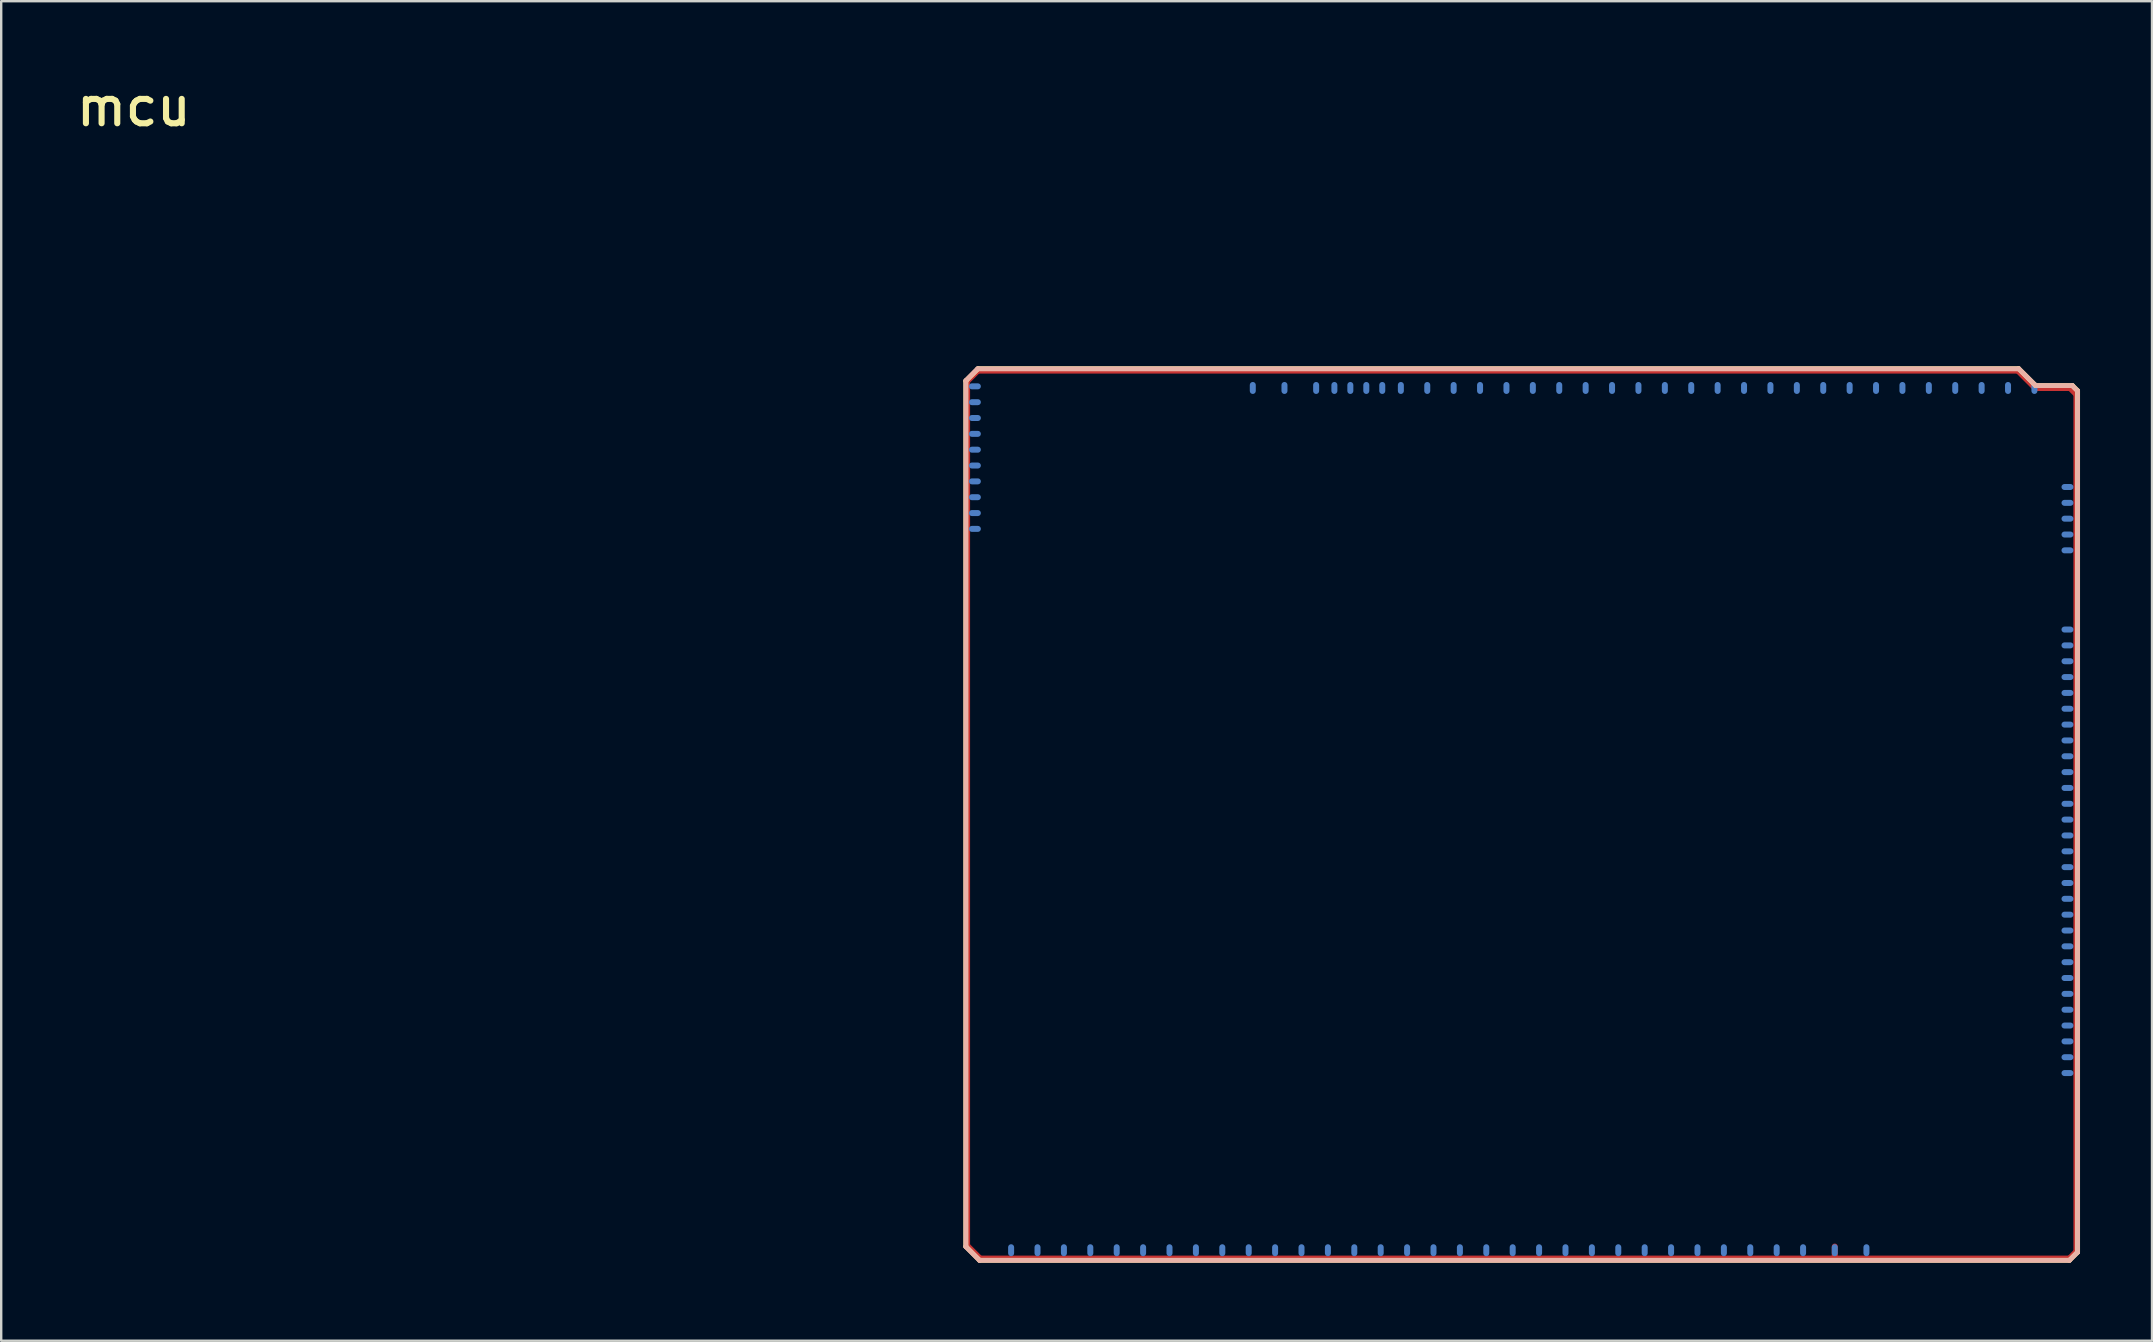
<source format=kicad_pcb>
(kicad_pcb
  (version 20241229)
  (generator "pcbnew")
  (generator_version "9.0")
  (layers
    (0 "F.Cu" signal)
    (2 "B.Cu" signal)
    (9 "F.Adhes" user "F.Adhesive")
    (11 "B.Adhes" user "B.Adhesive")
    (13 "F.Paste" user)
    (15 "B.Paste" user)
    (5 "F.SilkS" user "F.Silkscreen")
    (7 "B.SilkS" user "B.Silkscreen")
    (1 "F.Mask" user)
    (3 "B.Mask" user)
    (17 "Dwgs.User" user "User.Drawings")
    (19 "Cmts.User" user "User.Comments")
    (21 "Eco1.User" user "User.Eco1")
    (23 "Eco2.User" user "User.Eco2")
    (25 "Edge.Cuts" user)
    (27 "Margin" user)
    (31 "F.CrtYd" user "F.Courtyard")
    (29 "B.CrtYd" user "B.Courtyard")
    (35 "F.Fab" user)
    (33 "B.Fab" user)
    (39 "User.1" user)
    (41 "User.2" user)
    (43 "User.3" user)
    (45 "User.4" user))
  (footprint "mcu"
    (layer "F.Cu")
    (at 37.097 49.568)
    (property "Reference" "mcu" (at -37.097 -47.282 0) (unlocked yes) (layer "F.SilkS") (effects (font (size 1.524 1.524) (thickness 0.254)) (justify left bottom)))
    (attr through_hole)
    (fp_line (start 0.096 -36.743) (end 0.096 -0.677) (stroke (width 0.2) (type solid)) (layer "F.SilkS"))
    (fp_line (start 0.096 -36.743) (end 0.61 -37.257) (stroke (width 0.2) (type solid)) (layer "F.SilkS"))
    (fp_line (start 0.096 -0.677) (end 0.672 -0.101) (stroke (width 0.2) (type solid)) (layer "F.SilkS"))
    (fp_line (start 0.61 -37.257) (end 43.968 -37.257) (stroke (width 0.2) (type solid)) (layer "F.SilkS"))
    (fp_line (start 0.672 -0.101) (end 46.083 -0.101) (stroke (width 0.2) (type solid)) (layer "F.SilkS"))
    (fp_line (start 43.968 -37.257) (end 44.675 -36.55) (stroke (width 0.2) (type solid)) (layer "F.SilkS"))
    (fp_line (start 44.675 -36.55) (end 46.212 -36.55) (stroke (width 0.2) (type solid)) (layer "F.SilkS"))
    (fp_line (start 46.083 -0.101) (end 46.425 -0.443) (stroke (width 0.2) (type solid)) (layer "F.SilkS"))
    (fp_line (start 46.212 -36.55) (end 46.425 -36.337) (stroke (width 0.2) (type solid)) (layer "F.SilkS"))
    (fp_line (start 46.425 -36.337) (end 46.425 -0.443) (stroke (width 0.2) (type solid)) (layer "F.SilkS"))
    (fp_line (start 0.1 -36.762) (end 0.1 -0.67) (stroke (width 0.2) (type solid)) (layer "B.SilkS"))
    (fp_line (start 0.1 -36.762) (end 0.588 -37.25) (stroke (width 0.2) (type solid)) (layer "B.SilkS"))
    (fp_line (start 0.1 -0.67) (end 0.669 -0.101) (stroke (width 0.2) (type solid)) (layer "B.SilkS"))
    (fp_line (start 0.588 -37.25) (end 43.975 -37.25) (stroke (width 0.2) (type solid)) (layer "B.SilkS"))
    (fp_line (start 0.669 -0.101) (end 46.082 -0.101) (stroke (width 0.2) (type solid)) (layer "B.SilkS"))
    (fp_line (start 43.975 -37.25) (end 44.675 -36.55) (stroke (width 0.2) (type solid)) (layer "B.SilkS"))
    (fp_line (start 44.675 -36.55) (end 46.2 -36.55) (stroke (width 0.2) (type solid)) (layer "B.SilkS"))
    (fp_line (start 46.082 -0.101) (end 46.424 -0.443) (stroke (width 0.2) (type solid)) (layer "B.SilkS"))
    (fp_line (start 46.2 -36.55) (end 46.424 -36.326) (stroke (width 0.2) (type solid)) (layer "B.SilkS"))
    (fp_line (start 46.424 -36.326) (end 46.424 -0.443) (stroke (width 0.2) (type solid)) (layer "B.SilkS"))
    (pad "E1" smd roundrect (at 46.002 -32.325 90) (size 0.25 0.5) (layers "B.Cu" "B.Mask" "B.Paste") (roundrect_rratio 0.5))
    (pad "E2" smd roundrect (at 46.002 -31.665 270) (size 0.25 0.5) (layers "B.Cu" "B.Mask" "B.Paste") (roundrect_rratio 0.5))
    (pad "E3" smd roundrect (at 46.002 -31.005 270) (size 0.25 0.5) (layers "B.Cu" "B.Mask" "B.Paste") (roundrect_rratio 0.5))
    (pad "E4" smd roundrect (at 46.002 -30.345 270) (size 0.25 0.5) (layers "B.Cu" "B.Mask" "B.Paste") (roundrect_rratio 0.5))
    (pad "E5" smd roundrect (at 46.002 -29.685 270) (size 0.25 0.5) (layers "B.Cu" "B.Mask" "B.Paste") (roundrect_rratio 0.5))
    (pad "E6" smd roundrect (at 46.002 -26.385 270) (size 0.25 0.5) (layers "B.Cu" "B.Mask" "B.Paste") (roundrect_rratio 0.5))
    (pad "E7" smd roundrect (at 46.002 -25.725 270) (size 0.25 0.5) (layers "B.Cu" "B.Mask" "B.Paste") (roundrect_rratio 0.5))
    (pad "E8" smd roundrect (at 46.002 -25.065 270) (size 0.25 0.5) (layers "B.Cu" "B.Mask" "B.Paste") (roundrect_rratio 0.5))
    (pad "E9" smd roundrect (at 46.002 -24.405 270) (size 0.25 0.5) (layers "B.Cu" "B.Mask" "B.Paste") (roundrect_rratio 0.5))
    (pad "E10" smd roundrect (at 46.002 -23.745 270) (size 0.25 0.5) (layers "B.Cu" "B.Mask" "B.Paste") (roundrect_rratio 0.5))
    (pad "E11" smd roundrect (at 46.002 -23.085 270) (size 0.25 0.5) (layers "B.Cu" "B.Mask" "B.Paste") (roundrect_rratio 0.5))
    (pad "E12" smd roundrect (at 46.002 -22.425 270) (size 0.25 0.5) (layers "B.Cu" "B.Mask" "B.Paste") (roundrect_rratio 0.5))
    (pad "E13" smd roundrect (at 46.002 -21.765 270) (size 0.25 0.5) (layers "B.Cu" "B.Mask" "B.Paste") (roundrect_rratio 0.5))
    (pad "E14" smd roundrect (at 46.002 -21.105 270) (size 0.25 0.5) (layers "B.Cu" "B.Mask" "B.Paste") (roundrect_rratio 0.5))
    (pad "E15" smd roundrect (at 46.002 -20.445 270) (size 0.25 0.5) (layers "B.Cu" "B.Mask" "B.Paste") (roundrect_rratio 0.5))
    (pad "E16" smd roundrect (at 46.002 -19.785 270) (size 0.25 0.5) (layers "B.Cu" "B.Mask" "B.Paste") (roundrect_rratio 0.5))
    (pad "E17" smd roundrect (at 46.002 -19.125 270) (size 0.25 0.5) (layers "B.Cu" "B.Mask" "B.Paste") (roundrect_rratio 0.5))
    (pad "E18" smd roundrect (at 46.002 -18.465 270) (size 0.25 0.5) (layers "B.Cu" "B.Mask" "B.Paste") (roundrect_rratio 0.5))
    (pad "E19" smd roundrect (at 46.002 -17.805 270) (size 0.25 0.5) (layers "B.Cu" "B.Mask" "B.Paste") (roundrect_rratio 0.5))
    (pad "E20" smd roundrect (at 46.002 -17.145 270) (size 0.25 0.5) (layers "B.Cu" "B.Mask" "B.Paste") (roundrect_rratio 0.5))
    (pad "E21" smd roundrect (at 46.002 -16.485 270) (size 0.25 0.5) (layers "B.Cu" "B.Mask" "B.Paste") (roundrect_rratio 0.5))
    (pad "E22" smd roundrect (at 46.002 -15.825 270) (size 0.25 0.5) (layers "B.Cu" "B.Mask" "B.Paste") (roundrect_rratio 0.5))
    (pad "E23" smd roundrect (at 46.002 -15.165 270) (size 0.25 0.5) (layers "B.Cu" "B.Mask" "B.Paste") (roundrect_rratio 0.5))
    (pad "E24" smd roundrect (at 46.002 -14.505 270) (size 0.25 0.5) (layers "B.Cu" "B.Mask" "B.Paste") (roundrect_rratio 0.5))
    (pad "E25" smd roundrect (at 46.002 -13.845 270) (size 0.25 0.5) (layers "B.Cu" "B.Mask" "B.Paste") (roundrect_rratio 0.5))
    (pad "E26" smd roundrect (at 46.002 -13.185 270) (size 0.25 0.5) (layers "B.Cu" "B.Mask" "B.Paste") (roundrect_rratio 0.5))
    (pad "E27" smd roundrect (at 46.002 -12.525 270) (size 0.25 0.5) (layers "B.Cu" "B.Mask" "B.Paste") (roundrect_rratio 0.5))
    (pad "E28" smd roundrect (at 46.002 -11.865 270) (size 0.25 0.5) (layers "B.Cu" "B.Mask" "B.Paste") (roundrect_rratio 0.5))
    (pad "E29" smd roundrect (at 46.002 -11.205 270) (size 0.25 0.5) (layers "B.Cu" "B.Mask" "B.Paste") (roundrect_rratio 0.5))
    (pad "E30" smd roundrect (at 46.002 -10.545 270) (size 0.25 0.5) (layers "B.Cu" "B.Mask" "B.Paste") (roundrect_rratio 0.5))
    (pad "E31" smd roundrect (at 46.002 -9.885 270) (size 0.25 0.5) (layers "B.Cu" "B.Mask" "B.Paste") (roundrect_rratio 0.5))
    (pad "E32" smd roundrect (at 46.002 -9.225 270) (size 0.25 0.5) (layers "B.Cu" "B.Mask" "B.Paste") (roundrect_rratio 0.5))
    (pad "E33" smd roundrect (at 46.002 -8.565 270) (size 0.25 0.5) (layers "B.Cu" "B.Mask" "B.Paste") (roundrect_rratio 0.5))
    (pad "E34" smd roundrect (at 46.002 -7.905 270) (size 0.25 0.5) (layers "B.Cu" "B.Mask" "B.Paste") (roundrect_rratio 0.5))
    (pad "N1" smd roundrect (at 12.055 -36.452 180) (size 0.25 0.5) (layers "B.Cu" "B.Mask" "B.Paste") (roundrect_rratio 0.5))
    (pad "N2" smd roundrect (at 13.375 -36.452) (size 0.25 0.5) (layers "B.Cu" "B.Mask" "B.Paste") (roundrect_rratio 0.5))
    (pad "N3" smd roundrect (at 14.695 -36.452) (size 0.25 0.5) (layers "B.Cu" "B.Mask" "B.Paste") (roundrect_rratio 0.5))
    (pad "N4" smd roundrect (at 15.455 -36.452) (size 0.25 0.5) (layers "B.Cu" "B.Mask" "B.Paste") (roundrect_rratio 0.5))
    (pad "N5" smd roundrect (at 16.12 -36.452) (size 0.25 0.5) (layers "B.Cu" "B.Mask" "B.Paste") (roundrect_rratio 0.5))
    (pad "N6" smd roundrect (at 16.785 -36.452) (size 0.25 0.5) (layers "B.Cu" "B.Mask" "B.Paste") (roundrect_rratio 0.5))
    (pad "N7" smd roundrect (at 17.45 -36.452) (size 0.25 0.5) (layers "B.Cu" "B.Mask" "B.Paste") (roundrect_rratio 0.5))
    (pad "N8" smd roundrect (at 18.225 -36.452) (size 0.25 0.5) (layers "B.Cu" "B.Mask" "B.Paste") (roundrect_rratio 0.5))
    (pad "N9" smd roundrect (at 19.325 -36.452) (size 0.25 0.5) (layers "B.Cu" "B.Mask" "B.Paste") (roundrect_rratio 0.5))
    (pad "N10" smd roundrect (at 20.425 -36.452) (size 0.25 0.5) (layers "B.Cu" "B.Mask" "B.Paste") (roundrect_rratio 0.5))
    (pad "N11" smd roundrect (at 21.525 -36.452) (size 0.25 0.5) (layers "B.Cu" "B.Mask" "B.Paste") (roundrect_rratio 0.5))
    (pad "N12" smd roundrect (at 22.625 -36.452) (size 0.25 0.5) (layers "B.Cu" "B.Mask" "B.Paste") (roundrect_rratio 0.5))
    (pad "N13" smd roundrect (at 23.725 -36.452) (size 0.25 0.5) (layers "B.Cu" "B.Mask" "B.Paste") (roundrect_rratio 0.5))
    (pad "N14" smd roundrect (at 24.825 -36.452) (size 0.25 0.5) (layers "B.Cu" "B.Mask" "B.Paste") (roundrect_rratio 0.5))
    (pad "N15" smd roundrect (at 25.925 -36.452) (size 0.25 0.5) (layers "B.Cu" "B.Mask" "B.Paste") (roundrect_rratio 0.5))
    (pad "N16" smd roundrect (at 27.025 -36.452) (size 0.25 0.5) (layers "B.Cu" "B.Mask" "B.Paste") (roundrect_rratio 0.5))
    (pad "N17" smd roundrect (at 28.125 -36.452) (size 0.25 0.5) (layers "B.Cu" "B.Mask" "B.Paste") (roundrect_rratio 0.5))
    (pad "N18" smd roundrect (at 29.225 -36.452) (size 0.25 0.5) (layers "B.Cu" "B.Mask" "B.Paste") (roundrect_rratio 0.5))
    (pad "N19" smd roundrect (at 30.325 -36.452) (size 0.25 0.5) (layers "B.Cu" "B.Mask" "B.Paste") (roundrect_rratio 0.5))
    (pad "N20" smd roundrect (at 31.425 -36.452) (size 0.25 0.5) (layers "B.Cu" "B.Mask" "B.Paste") (roundrect_rratio 0.5))
    (pad "N21" smd roundrect (at 32.525 -36.452) (size 0.25 0.5) (layers "B.Cu" "B.Mask" "B.Paste") (roundrect_rratio 0.5))
    (pad "N22" smd roundrect (at 33.625 -36.452) (size 0.25 0.5) (layers "B.Cu" "B.Mask" "B.Paste") (roundrect_rratio 0.5))
    (pad "N23" smd roundrect (at 34.725 -36.452) (size 0.25 0.5) (layers "B.Cu" "B.Mask" "B.Paste") (roundrect_rratio 0.5))
    (pad "N24" smd roundrect (at 35.825 -36.452) (size 0.25 0.5) (layers "B.Cu" "B.Mask" "B.Paste") (roundrect_rratio 0.5))
    (pad "N25" smd roundrect (at 36.925 -36.452) (size 0.25 0.5) (layers "B.Cu" "B.Mask" "B.Paste") (roundrect_rratio 0.5))
    (pad "N26" smd roundrect (at 38.025 -36.452) (size 0.25 0.5) (layers "B.Cu" "B.Mask" "B.Paste") (roundrect_rratio 0.5))
    (pad "N27" smd roundrect (at 39.125 -36.452) (size 0.25 0.5) (layers "B.Cu" "B.Mask" "B.Paste") (roundrect_rratio 0.5))
    (pad "N28" smd roundrect (at 40.225 -36.452) (size 0.25 0.5) (layers "B.Cu" "B.Mask" "B.Paste") (roundrect_rratio 0.5))
    (pad "N29" smd roundrect (at 41.325 -36.452) (size 0.25 0.5) (layers "B.Cu" "B.Mask" "B.Paste") (roundrect_rratio 0.5))
    (pad "N30" smd roundrect (at 42.425 -36.452) (size 0.25 0.5) (layers "B.Cu" "B.Mask" "B.Paste") (roundrect_rratio 0.5))
    (pad "N31" smd roundrect (at 43.525 -36.452) (size 0.25 0.5) (layers "B.Cu" "B.Mask" "B.Paste") (roundrect_rratio 0.5))
    (pad "N32" smd roundrect (at 44.625 -36.452) (size 0.25 0.5) (layers "B.Cu" "B.Mask" "B.Paste") (roundrect_rratio 0.5))
    (pad "S1" smd roundrect (at 37.625 -0.523) (size 0.25 0.5) (layers "B.Cu" "B.Mask" "B.Paste") (roundrect_rratio 0.5))
    (pad "S2" smd roundrect (at 0.175 -18.722 180) (size 0.2 36.19) (layers "F.Cu" "F.Paste") (roundrect_rratio 0.5))
    (pad "S2" smd roundrect (at 0.39 -36.935 315) (size 0.2 0.8) (layers "F.Cu" "F.Paste") (roundrect_rratio 0.5))
    (pad "S2" smd roundrect (at 0.438 -0.462 225) (size 0.2 0.94) (layers "F.Cu" "F.Paste") (roundrect_rratio 0.5))
    (pad "S2" smd roundrect (at 22.265 -37.15 270) (size 0.2 43.5) (layers "F.Cu" "F.Paste") (roundrect_rratio 0.5))
    (pad "S2" smd roundrect (at 23.4 -0.2 270) (size 0.2 45.6) (layers "F.Cu" "F.Paste") (roundrect_rratio 0.5))
    (pad "S2" smd roundrect (at 36.305 -0.523 180) (size 0.25 0.5) (layers "B.Cu" "B.Mask" "B.Paste") (roundrect_rratio 0.5))
    (pad "S2" smd roundrect (at 36.305 -0.45 180) (size 0.25 0.7) (layers "F.Cu" "F.Mask" "F.Paste") (roundrect_rratio 0.5))
    (pad "S2" smd roundrect (at 44.288 -36.788 45) (size 0.2 1.2) (layers "F.Cu" "F.Paste") (roundrect_rratio 0.5))
    (pad "S2" smd roundrect (at 45.375 -36.425 270) (size 0.2 1.6) (layers "F.Cu" "F.Paste") (roundrect_rratio 0.5))
    (pad "S2" smd roundrect (at 46.212 -0.338 135) (size 0.2 0.58) (layers "F.Cu" "F.Paste") (roundrect_rratio 0.5))
    (pad "S2" smd roundrect (at 46.225 -36.3 45) (size 0.2 0.55) (layers "F.Cu" "F.Paste") (roundrect_rratio 0.5))
    (pad "S2" smd roundrect (at 46.35 -18.325 180) (size 0.2 35.9) (layers "F.Cu" "F.Paste") (roundrect_rratio 0.5))
    (pad "S3" smd roundrect (at 34.985 -0.523 180) (size 0.25 0.5) (layers "B.Cu" "B.Mask" "B.Paste") (roundrect_rratio 0.5))
    (pad "S4" smd roundrect (at 33.885 -0.523 180) (size 0.25 0.5) (layers "B.Cu" "B.Mask" "B.Paste") (roundrect_rratio 0.5))
    (pad "S5" smd roundrect (at 32.785 -0.523 180) (size 0.25 0.5) (layers "B.Cu" "B.Mask" "B.Paste") (roundrect_rratio 0.5))
    (pad "S6" smd roundrect (at 31.685 -0.523 180) (size 0.25 0.5) (layers "B.Cu" "B.Mask" "B.Paste") (roundrect_rratio 0.5))
    (pad "S7" smd roundrect (at 30.585 -0.523 180) (size 0.25 0.5) (layers "B.Cu" "B.Mask" "B.Paste") (roundrect_rratio 0.5))
    (pad "S8" smd roundrect (at 29.485 -0.523 180) (size 0.25 0.5) (layers "B.Cu" "B.Mask" "B.Paste") (roundrect_rratio 0.5))
    (pad "S9" smd roundrect (at 28.385 -0.523 180) (size 0.25 0.5) (layers "B.Cu" "B.Mask" "B.Paste") (roundrect_rratio 0.5))
    (pad "S10" smd roundrect (at 27.285 -0.523 180) (size 0.25 0.5) (layers "B.Cu" "B.Mask" "B.Paste") (roundrect_rratio 0.5))
    (pad "S11" smd roundrect (at 26.185 -0.523 180) (size 0.25 0.5) (layers "B.Cu" "B.Mask" "B.Paste") (roundrect_rratio 0.5))
    (pad "S12" smd roundrect (at 25.085 -0.523 180) (size 0.25 0.5) (layers "B.Cu" "B.Mask" "B.Paste") (roundrect_rratio 0.5))
    (pad "S13" smd roundrect (at 23.985 -0.523 180) (size 0.25 0.5) (layers "B.Cu" "B.Mask" "B.Paste") (roundrect_rratio 0.5))
    (pad "S14" smd roundrect (at 22.885 -0.523 180) (size 0.25 0.5) (layers "B.Cu" "B.Mask" "B.Paste") (roundrect_rratio 0.5))
    (pad "S15" smd roundrect (at 21.785 -0.523 180) (size 0.25 0.5) (layers "B.Cu" "B.Mask" "B.Paste") (roundrect_rratio 0.5))
    (pad "S16" smd roundrect (at 20.685 -0.523 180) (size 0.25 0.5) (layers "B.Cu" "B.Mask" "B.Paste") (roundrect_rratio 0.5))
    (pad "S17" smd roundrect (at 19.585 -0.523 180) (size 0.25 0.5) (layers "B.Cu" "B.Mask" "B.Paste") (roundrect_rratio 0.5))
    (pad "S18" smd roundrect (at 18.485 -0.523 180) (size 0.25 0.5) (layers "B.Cu" "B.Mask" "B.Paste") (roundrect_rratio 0.5))
    (pad "S19" smd roundrect (at 17.385 -0.523 180) (size 0.25 0.5) (layers "B.Cu" "B.Mask" "B.Paste") (roundrect_rratio 0.5))
    (pad "S20" smd roundrect (at 16.285 -0.523 180) (size 0.25 0.5) (layers "B.Cu" "B.Mask" "B.Paste") (roundrect_rratio 0.5))
    (pad "S21" smd roundrect (at 15.185 -0.523 180) (size 0.25 0.5) (layers "B.Cu" "B.Mask" "B.Paste") (roundrect_rratio 0.5))
    (pad "S22" smd roundrect (at 14.085 -0.523 180) (size 0.25 0.5) (layers "B.Cu" "B.Mask" "B.Paste") (roundrect_rratio 0.5))
    (pad "S23" smd roundrect (at 12.985 -0.523 180) (size 0.25 0.5) (layers "B.Cu" "B.Mask" "B.Paste") (roundrect_rratio 0.5))
    (pad "S24" smd roundrect (at 11.885 -0.523 180) (size 0.25 0.5) (layers "B.Cu" "B.Mask" "B.Paste") (roundrect_rratio 0.5))
    (pad "S25" smd roundrect (at 10.785 -0.523 180) (size 0.25 0.5) (layers "B.Cu" "B.Mask" "B.Paste") (roundrect_rratio 0.5))
    (pad "S26" smd roundrect (at 9.685 -0.523 180) (size 0.25 0.5) (layers "B.Cu" "B.Mask" "B.Paste") (roundrect_rratio 0.5))
    (pad "S27" smd roundrect (at 8.585 -0.523 180) (size 0.25 0.5) (layers "B.Cu" "B.Mask" "B.Paste") (roundrect_rratio 0.5))
    (pad "S28" smd roundrect (at 7.485 -0.523 180) (size 0.25 0.5) (layers "B.Cu" "B.Mask" "B.Paste") (roundrect_rratio 0.5))
    (pad "S29" smd roundrect (at 6.385 -0.523 180) (size 0.25 0.5) (layers "B.Cu" "B.Mask" "B.Paste") (roundrect_rratio 0.5))
    (pad "S30" smd roundrect (at 5.285 -0.523 180) (size 0.25 0.5) (layers "B.Cu" "B.Mask" "B.Paste") (roundrect_rratio 0.5))
    (pad "S31" smd roundrect (at 4.185 -0.523 180) (size 0.25 0.5) (layers "B.Cu" "B.Mask" "B.Paste") (roundrect_rratio 0.5))
    (pad "S32" smd roundrect (at 3.085 -0.523 180) (size 0.25 0.5) (layers "B.Cu" "B.Mask" "B.Paste") (roundrect_rratio 0.5))
    (pad "S33" smd roundrect (at 1.985 -0.523 180) (size 0.25 0.5) (layers "B.Cu" "B.Mask" "B.Paste") (roundrect_rratio 0.5))
    (pad "W1" smd roundrect (at 0.475 -30.58 90) (size 0.25 0.5) (layers "B.Cu" "B.Mask" "B.Paste") (roundrect_rratio 0.5))
    (pad "W2" smd roundrect (at 0.475 -31.24 90) (size 0.25 0.5) (layers "B.Cu" "B.Mask" "B.Paste") (roundrect_rratio 0.5))
    (pad "W3" smd roundrect (at 0.475 -31.9 90) (size 0.25 0.5) (layers "B.Cu" "B.Mask" "B.Paste") (roundrect_rratio 0.5))
    (pad "W4" smd roundrect (at 0.475 -32.56 90) (size 0.25 0.5) (layers "B.Cu" "B.Mask" "B.Paste") (roundrect_rratio 0.5))
    (pad "W5" smd roundrect (at 0.475 -33.22 90) (size 0.25 0.5) (layers "B.Cu" "B.Mask" "B.Paste") (roundrect_rratio 0.5))
    (pad "W6" smd roundrect (at 0.475 -33.88 90) (size 0.25 0.5) (layers "B.Cu" "B.Mask" "B.Paste") (roundrect_rratio 0.5))
    (pad "W7" smd roundrect (at 0.475 -34.54 90) (size 0.25 0.5) (layers "B.Cu" "B.Mask" "B.Paste") (roundrect_rratio 0.5))
    (pad "W8" smd roundrect (at 0.475 -35.2 90) (size 0.25 0.5) (layers "B.Cu" "B.Mask" "B.Paste") (roundrect_rratio 0.5))
    (pad "W9" smd roundrect (at 0.475 -35.86 90) (size 0.25 0.5) (layers "B.Cu" "B.Mask" "B.Paste") (roundrect_rratio 0.5))
    (pad "W10" smd roundrect (at 0.475 -36.52 90) (size 0.25 0.5) (layers "B.Cu" "B.Mask" "B.Paste") (roundrect_rratio 0.5))
    (zone (net_name "") (layer "F.Cu") (hatch edge 0.2) (connect_pads) (min_thickness 0.254) (filled_areas_thickness no) (keepout (tracks allowed) (vias allowed) (pads allowed) (copperpour not_allowed) (footprints allowed)) (placement (enabled no)) (fill) (polygon (pts (xy 37.194 48.856) (xy 37.194 12.848) (xy 37.624 12.418) (xy 81.022 12.418) (xy 81.722 13.118) (xy 83.172 13.118) (xy 83.447 13.393) (xy 83.447 13.393) (xy 83.447 49.194) (xy 83.182 49.459) (xy 37.779 49.459))))
    (zone (net_name "") (layer "B.Cu") (hatch edge 0.2) (connect_pads) (min_thickness 0.254) (filled_areas_thickness no) (keepout (tracks allowed) (vias allowed) (pads allowed) (copperpour not_allowed) (footprints allowed)) (placement (enabled no)) (fill) (polygon (pts (xy 82.772 22.643) (xy 83.372 22.643) (xy 83.372 41.993) (xy 82.747 41.993))))
    (zone (net_name "") (layer "B.Cu") (hatch edge 0.2) (connect_pads) (min_thickness 0.254) (filled_areas_thickness no) (keepout (tracks allowed) (vias allowed) (pads allowed) (copperpour not_allowed) (footprints allowed)) (placement (enabled no)) (fill) (polygon (pts (xy 82.872 16.768) (xy 83.372 16.768) (xy 83.372 20.243) (xy 82.872 20.243))))
    (zone (net_name "") (layer "B.Cu") (hatch edge 0.2) (connect_pads) (min_thickness 0.254) (filled_areas_thickness no) (keepout (tracks allowed) (vias allowed) (pads allowed) (copperpour not_allowed) (footprints allowed)) (placement (enabled no)) (fill) (polygon (pts (xy 38.776 48.768) (xy 75.447 48.768) (xy 75.447 48.768) (xy 75.447 49.318) (xy 38.763 49.318))))
    (zone (net_name "") (layer "B.Cu") (hatch edge 0.2) (connect_pads) (min_thickness 0.254) (filled_areas_thickness no) (keepout (tracks allowed) (vias allowed) (pads allowed) (copperpour not_allowed) (footprints allowed)) (placement (enabled no)) (fill) (polygon (pts (xy 47.222 12.493) (xy 82.097 12.493) (xy 82.097 13.293) (xy 82.072 13.318) (xy 47.222 13.318))))
    (zone (net_name "") (layer "B.Cu") (hatch edge 0.2) (connect_pads) (min_thickness 0.254) (filled_areas_thickness no) (keepout (tracks allowed) (vias allowed) (pads allowed) (copperpour not_allowed) (footprints allowed)) (placement (enabled no)) (fill) (polygon (pts (xy 37.194 48.856) (xy 37.248 12.795) (xy 37.633 12.418) (xy 81.022 12.418) (xy 81.722 13.118) (xy 83.172 13.118) (xy 83.447 13.393) (xy 83.447 49.194) (xy 83.172 49.469) (xy 83.161 49.459) (xy 37.779 49.459)))))
  (gr_rect
    (start -3 -3)
    (end 86.622 52.818)
    (stroke (width 0.1) (type default))
    (fill no)
    (layer "Edge.Cuts")))
</source>
